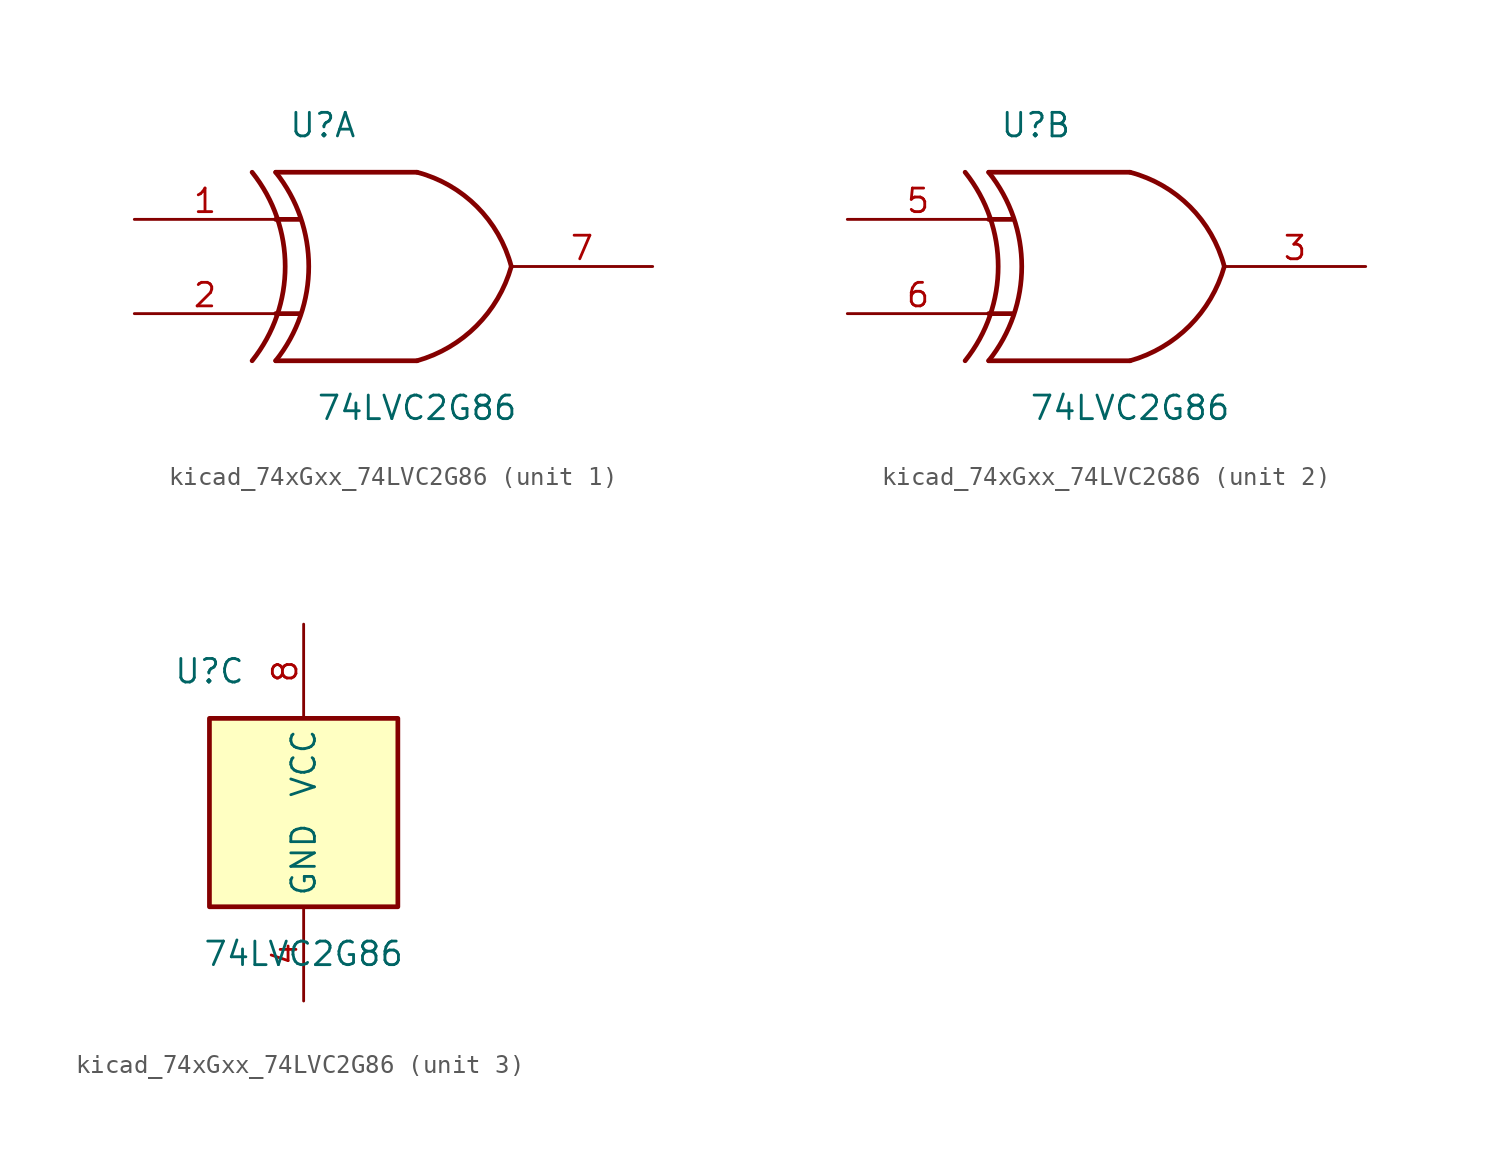
<source format=kicad_sym>
(kicad_symbol_lib
  (version 20220914)
  (generator kicad_symbol_editor)
  (symbol "kicad_74xGxx_74LVC2G86"
    (property "Reference" "U"
      (at -5.08 7.62 0)
      (effects (font (size 1.27 1.27))))
    (property "Value" "74LVC2G86"
      (at 0 -7.62 0)
      (effects (font (size 1.27 1.27))))
    (symbol "kicad_74xGxx_74LVC2G86_1_1"
      (arc (start -8.89 -5.08) (mid -7.108 0) (end -8.89 5.08) (stroke (width 0.254) (type default)) (fill (type none)))
      (arc (start -7.62 -5.08) (mid -5.838 0) (end -7.62 5.08) (stroke (width 0.254) (type default)) (fill (type none)))
      (arc (start 0 -5.08) (mid 3.1986 -3.2054) (end 5.08 0) (stroke (width 0.254) (type default)) (fill (type none)))
      (polyline (pts (xy -7.62 -2.54) (xy -6.35 -2.54)) (stroke (width 0.254) (type default)) (fill (type background)))
      (polyline (pts (xy -7.62 2.54) (xy -6.35 2.54)) (stroke (width 0.254) (type default)) (fill (type background)))
      (polyline (pts (xy 0 -5.08) (xy -7.62 -5.08)) (stroke (width 0.254) (type default)) (fill (type background)))
      (polyline (pts (xy 0 5.08) (xy -7.62 5.08)) (stroke (width 0.254) (type default)) (fill (type background)))
      (arc (start 5.08 0) (mid 3.2238 3.2304) (end 0 5.08) (stroke (width 0.254) (type default)) (fill (type none)))
      (pin input line (at -15.24 2.54 0) (length 7.62) (name "~" (effects (font (size 1.27 1.27)))) (number "1" (effects (font (size 1.27 1.27)))))
      (pin input line (at -15.24 -2.54 0) (length 7.62) (name "~" (effects (font (size 1.27 1.27)))) (number "2" (effects (font (size 1.27 1.27)))))
      (pin output line (at 12.7 0 180) (length 7.62) (name "~" (effects (font (size 1.27 1.27)))) (number "7" (effects (font (size 1.27 1.27))))))
    (symbol "kicad_74xGxx_74LVC2G86_2_1"
      (arc (start -8.89 -5.08) (mid -7.108 0) (end -8.89 5.08) (stroke (width 0.254) (type default)) (fill (type none)))
      (arc (start -7.62 -5.08) (mid -5.838 0) (end -7.62 5.08) (stroke (width 0.254) (type default)) (fill (type none)))
      (arc (start 0 -5.08) (mid 3.1986 -3.2054) (end 5.08 0) (stroke (width 0.254) (type default)) (fill (type none)))
      (polyline (pts (xy -7.62 -2.54) (xy -6.35 -2.54)) (stroke (width 0.254) (type default)) (fill (type background)))
      (polyline (pts (xy -7.62 2.54) (xy -6.35 2.54)) (stroke (width 0.254) (type default)) (fill (type background)))
      (polyline (pts (xy 0 -5.08) (xy -7.62 -5.08)) (stroke (width 0.254) (type default)) (fill (type background)))
      (polyline (pts (xy 0 5.08) (xy -7.62 5.08)) (stroke (width 0.254) (type default)) (fill (type background)))
      (arc (start 5.08 0) (mid 3.2238 3.2304) (end 0 5.08) (stroke (width 0.254) (type default)) (fill (type none)))
      (pin output line (at 12.7 0 180) (length 7.62) (name "~" (effects (font (size 1.27 1.27)))) (number "3" (effects (font (size 1.27 1.27)))))
      (pin input line (at -15.24 2.54 0) (length 7.62) (name "~" (effects (font (size 1.27 1.27)))) (number "5" (effects (font (size 1.27 1.27)))))
      (pin input line (at -15.24 -2.54 0) (length 7.62) (name "~" (effects (font (size 1.27 1.27)))) (number "6" (effects (font (size 1.27 1.27))))))
    (symbol "kicad_74xGxx_74LVC2G86_3_0"
      (rectangle (start -5.08 -5.08) (end 5.08 5.08) (stroke (width 0.254) (type default)) (fill (type background))))
    (symbol "kicad_74xGxx_74LVC2G86_3_1"
      (pin power_in line (at 0 -10.16 90) (length 5.08) (name "GND" (effects (font (size 1.27 1.27)))) (number "4" (effects (font (size 1.27 1.27)))))
      (pin power_in line (at 0 10.16 270) (length 5.08) (name "VCC" (effects (font (size 1.27 1.27)))) (number "8" (effects (font (size 1.27 1.27))))))))
</source>
